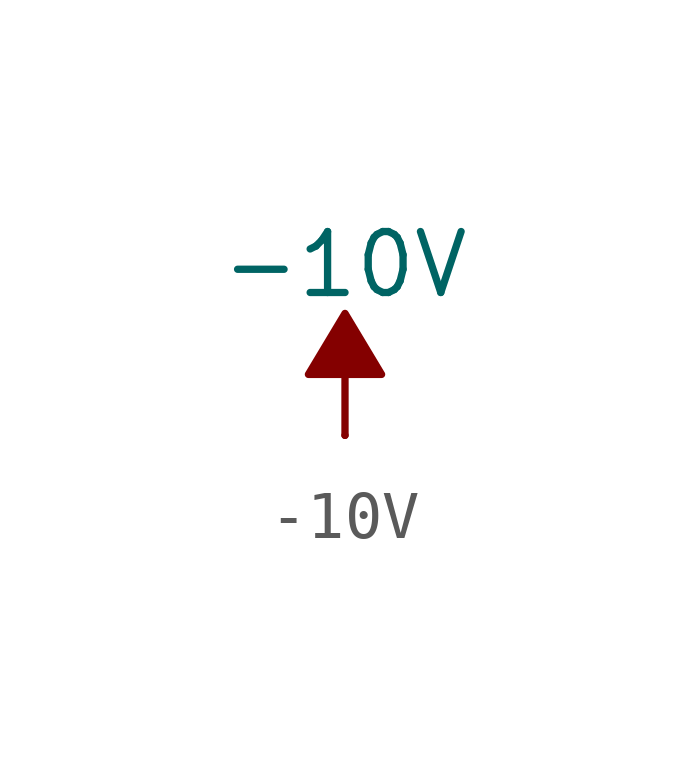
<source format=kicad_sym>
(kicad_symbol_lib
  (version 20231120)
  (generator "kicad_symbol_editor")
  (generator_version "8.0")
  (symbol "-10V"
    (power)
    (pin_numbers hide)
    (pin_names
      (offset 0) hide)
    (property "Reference" "#PWR"
      (at 0 -3.81 0)
      (effects (font (size 1.27 1.27)) (hide yes)))
    (property "Value" "-10V"
      (at 0 3.556 0)
      (effects (font (size 1.27 1.27))))
    (symbol "-10V_0_0"
      (pin power_in line (at 0 0 90) (length 0) (name "~" (effects (font (size 1.27 1.27)))) (number "1" (effects (font (size 1.27 1.27))))))
    (symbol "-10V_0_1"
      (polyline (pts (xy 0 0) (xy 0 1.27) (xy 0.762 1.27) (xy 0 2.54) (xy -0.762 1.27) (xy 0 1.27)) (stroke (width 0) (type default)) (fill (type outline))))))
</source>
